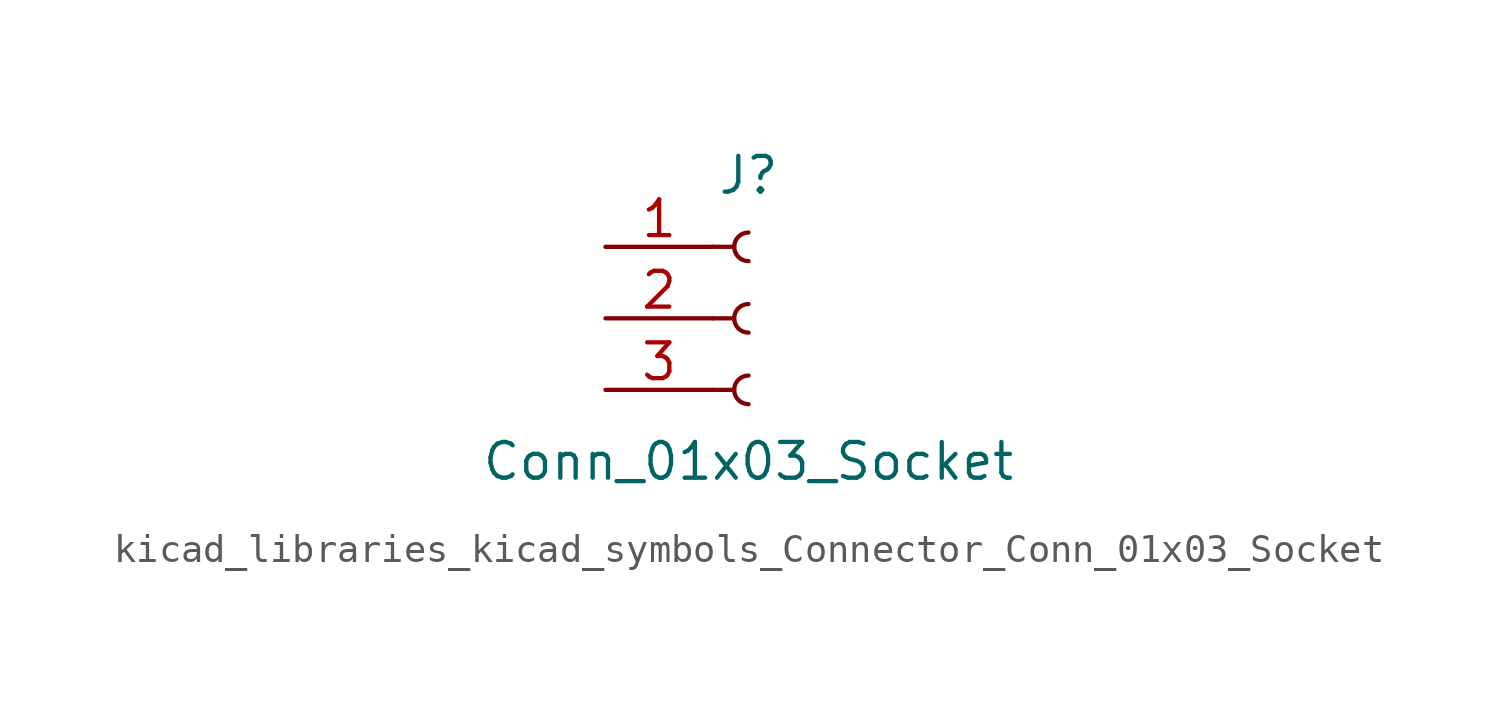
<source format=kicad_sym>
(kicad_symbol_lib
  (version 20220914)
  (generator kicad_symbol_editor)
  (symbol "kicad_libraries_kicad_symbols_Connector_Conn_01x03_Socket"
    (pin_names
      (offset 1.016) hide)
    (property "Reference" "J"
      (at 0 5.08 0)
      (effects (font (size 1.27 1.27))))
    (property "Value" "Conn_01x03_Socket"
      (at 0 -5.08 0)
      (effects (font (size 1.27 1.27))))
    (property "ki_locked" ""
      (at 0 0 0)
      (effects (font (size 1.27 1.27))))
    (symbol "kicad_libraries_kicad_symbols_Connector_Conn_01x03_Socket_1_1"
      (arc (start 0 -2.032) (mid -0.5058 -2.54) (end 0 -3.048) (stroke (width 0.1524) (type default)) (fill (type none)))
      (polyline (pts (xy -1.27 -2.54) (xy -0.508 -2.54)) (stroke (width 0.152) (type default)) (fill (type none)))
      (polyline (pts (xy -1.27 0) (xy -0.508 0)) (stroke (width 0.152) (type default)) (fill (type none)))
      (polyline (pts (xy -1.27 2.54) (xy -0.508 2.54)) (stroke (width 0.152) (type default)) (fill (type none)))
      (arc (start 0 0.508) (mid -0.5058 0) (end 0 -0.508) (stroke (width 0.1524) (type default)) (fill (type none)))
      (arc (start 0 3.048) (mid -0.5058 2.54) (end 0 2.032) (stroke (width 0.1524) (type default)) (fill (type none)))
      (pin passive line (at -5.08 2.54 0) (length 3.81) (name "Pin_1" (effects (font (size 1.27 1.27)))) (number "1" (effects (font (size 1.27 1.27)))))
      (pin passive line (at -5.08 0 0) (length 3.81) (name "Pin_2" (effects (font (size 1.27 1.27)))) (number "2" (effects (font (size 1.27 1.27)))))
      (pin passive line (at -5.08 -2.54 0) (length 3.81) (name "Pin_3" (effects (font (size 1.27 1.27)))) (number "3" (effects (font (size 1.27 1.27))))))))
</source>
